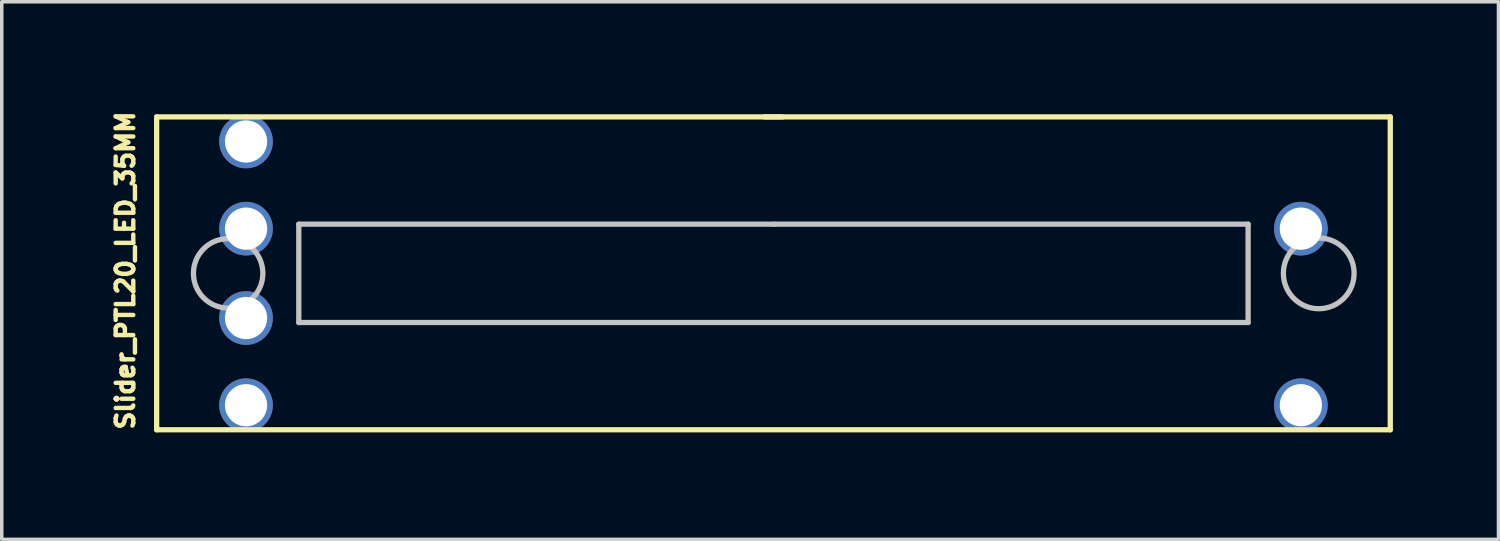
<source format=kicad_pcb>
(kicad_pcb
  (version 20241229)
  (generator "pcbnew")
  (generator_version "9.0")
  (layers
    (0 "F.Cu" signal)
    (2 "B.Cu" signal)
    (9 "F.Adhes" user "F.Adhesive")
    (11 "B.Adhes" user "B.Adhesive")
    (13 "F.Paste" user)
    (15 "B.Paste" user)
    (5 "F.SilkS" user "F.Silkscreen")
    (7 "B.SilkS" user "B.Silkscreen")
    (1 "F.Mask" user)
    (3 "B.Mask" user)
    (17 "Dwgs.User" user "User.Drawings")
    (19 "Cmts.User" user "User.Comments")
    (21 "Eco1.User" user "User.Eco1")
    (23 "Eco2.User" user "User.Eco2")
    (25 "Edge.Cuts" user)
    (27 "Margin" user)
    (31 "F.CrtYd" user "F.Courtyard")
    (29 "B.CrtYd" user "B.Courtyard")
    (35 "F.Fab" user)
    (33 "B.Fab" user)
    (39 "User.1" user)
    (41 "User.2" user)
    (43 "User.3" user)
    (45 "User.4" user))
  (footprint "Slider_PTL20_LED_35MM"
    (layer "F.Cu")
    (at 18.927 4.717)
    (property "Reference" "Slider_PTL20_LED_35MM" (at -18.415 -0.08 90) (layer "F.SilkS") (effects (font (size 0.5 0.5) (thickness 0.125))))
    (attr through_hole)
    (fp_line (start -17.526 -4.445) (end -17.526 4.445) (stroke (width 0.15) (type solid)) (layer "F.SilkS"))
    (fp_line (start -17.526 4.445) (end 17.526 4.445) (stroke (width 0.15) (type solid)) (layer "F.SilkS"))
    (fp_line (start 0.254 -4.445) (end -17.526 -4.445) (stroke (width 0.15) (type solid)) (layer "F.SilkS"))
    (fp_line (start 17.526 -4.445) (end -0.254 -4.445) (stroke (width 0.15) (type solid)) (layer "F.SilkS"))
    (fp_line (start 17.526 4.445) (end 17.526 -4.445) (stroke (width 0.15) (type solid)) (layer "F.SilkS"))
    (fp_line (start -13.487 -1.397) (end 0.025 -1.397) (stroke (width 0.15) (type solid)) (layer "Dwgs.User"))
    (fp_line (start -13.487 1.397) (end -13.487 -1.397) (stroke (width 0.15) (type solid)) (layer "Dwgs.User"))
    (fp_line (start 0.025 -1.397) (end 13.487 -1.397) (stroke (width 0.15) (type solid)) (layer "Dwgs.User"))
    (fp_line (start 13.487 -1.397) (end 13.487 1.397) (stroke (width 0.15) (type solid)) (layer "Dwgs.User"))
    (fp_line (start 13.487 1.397) (end -13.487 1.397) (stroke (width 0.15) (type solid)) (layer "Dwgs.User"))
    (fp_circle (center -15.494 0) (end -15.24 0.953) (stroke (width 0.15) (type solid)) (fill no) (layer "Dwgs.User"))
    (fp_circle (center 15.494 0) (end 15.812 0.953) (stroke (width 0.15) (type solid)) (fill no) (layer "Dwgs.User"))
    (pad "" np_thru_hole circle (at -14.986 1.27) (size 1.524 1.524) (drill 1.2) (layers "*.Cu" "*.Mask"))
    (pad "1" thru_hole circle (at -14.986 -1.27) (size 1.524 1.524) (drill 1.2) (layers "*.Cu" "*.Mask"))
    (pad "2" thru_hole circle (at -14.986 -3.747) (size 1.524 1.524) (drill 1.2) (layers "*.Cu" "*.Mask"))
    (pad "3" thru_hole circle (at 14.986 -1.27) (size 1.524 1.524) (drill 1.2) (layers "*.Cu" "*.Mask"))
    (pad "4" thru_hole circle (at 14.986 3.747) (size 1.524 1.524) (drill 1.2) (layers "*.Cu" "*.Mask"))
    (pad "5" thru_hole circle (at -14.986 3.747) (size 1.524 1.524) (drill 1.2) (layers "*.Cu" "*.Mask")))
  (gr_rect
    (start -3 -3)
    (end 39.528 12.275)
    (stroke (width 0.1) (type default))
    (fill no)
    (layer "Edge.Cuts")))
</source>
